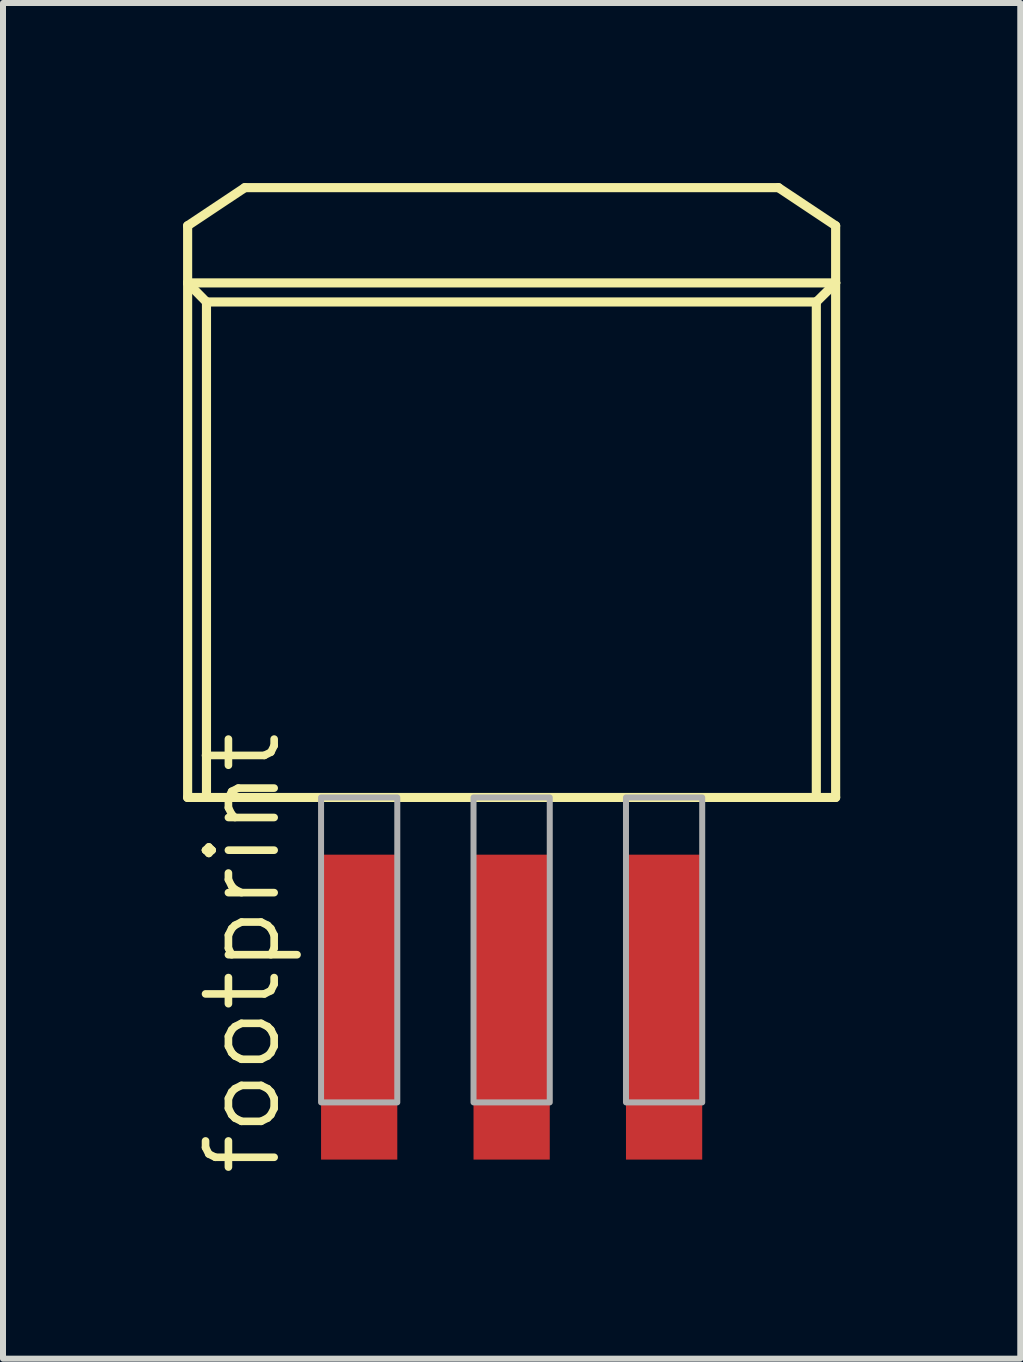
<source format=kicad_pcb>
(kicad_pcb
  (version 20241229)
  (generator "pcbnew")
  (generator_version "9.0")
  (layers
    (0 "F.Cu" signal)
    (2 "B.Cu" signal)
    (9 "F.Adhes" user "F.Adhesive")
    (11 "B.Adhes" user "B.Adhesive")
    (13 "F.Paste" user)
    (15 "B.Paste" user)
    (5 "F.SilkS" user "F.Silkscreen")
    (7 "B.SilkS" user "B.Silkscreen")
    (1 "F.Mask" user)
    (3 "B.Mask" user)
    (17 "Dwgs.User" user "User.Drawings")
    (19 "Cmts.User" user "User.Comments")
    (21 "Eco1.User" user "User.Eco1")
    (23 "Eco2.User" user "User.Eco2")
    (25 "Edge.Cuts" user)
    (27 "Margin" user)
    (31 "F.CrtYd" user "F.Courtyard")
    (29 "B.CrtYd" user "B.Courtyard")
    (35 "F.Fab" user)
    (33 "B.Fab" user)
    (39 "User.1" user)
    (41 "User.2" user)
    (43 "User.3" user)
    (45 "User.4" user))
  (footprint "footprint"
    (layer "F.Cu")
    (at 5.474 5.791)
    (property "Reference" "footprint" (at -3.81 10.795 90) (layer "F.SilkS") (effects (font (size 1.143 1.143) (thickness 0.127)) (justify left bottom)))
    (fp_line (start -5.398 -5.08) (end -4.445 -5.715) (stroke (width 0.152) (type solid)) (layer "F.SilkS"))
    (fp_line (start -5.398 -4.128) (end -5.398 -5.08) (stroke (width 0.152) (type solid)) (layer "F.SilkS"))
    (fp_line (start -5.398 -4.128) (end -5.398 4.445) (stroke (width 0.152) (type solid)) (layer "F.SilkS"))
    (fp_line (start -5.398 -4.128) (end -5.084 -3.81) (stroke (width 0.152) (type solid)) (layer "F.SilkS"))
    (fp_line (start -5.398 4.445) (end -5.084 4.445) (stroke (width 0.152) (type solid)) (layer "F.SilkS"))
    (fp_line (start -5.084 -3.81) (end 5.076 -3.81) (stroke (width 0.152) (type solid)) (layer "F.SilkS"))
    (fp_line (start -5.084 4.445) (end -5.084 -3.81) (stroke (width 0.152) (type solid)) (layer "F.SilkS"))
    (fp_line (start -5.084 4.445) (end 5.076 4.445) (stroke (width 0.152) (type solid)) (layer "F.SilkS"))
    (fp_line (start -4.445 -5.715) (end 4.445 -5.715) (stroke (width 0.152) (type solid)) (layer "F.SilkS"))
    (fp_line (start 4.445 -5.715) (end 5.398 -5.08) (stroke (width 0.152) (type solid)) (layer "F.SilkS"))
    (fp_line (start 5.076 -3.81) (end 5.076 4.445) (stroke (width 0.152) (type solid)) (layer "F.SilkS"))
    (fp_line (start 5.076 4.445) (end 5.398 4.445) (stroke (width 0.152) (type solid)) (layer "F.SilkS"))
    (fp_line (start 5.398 -5.08) (end 5.398 -4.128) (stroke (width 0.152) (type solid)) (layer "F.SilkS"))
    (fp_line (start 5.398 -4.128) (end -5.398 -4.128) (stroke (width 0.152) (type solid)) (layer "F.SilkS"))
    (fp_line (start 5.398 -4.128) (end 5.076 -3.81) (stroke (width 0.152) (type solid)) (layer "F.SilkS"))
    (fp_line (start 5.398 4.445) (end 5.398 -4.128) (stroke (width 0.152) (type solid)) (layer "F.SilkS"))
    (fp_poly (pts (xy -3.175 9.525) (xy -1.905 9.525) (xy -1.905 4.445) (xy -3.175 4.445)) (stroke (width 0.1) (type solid)) (fill no) (layer "F.Fab"))
    (fp_poly (pts (xy -0.635 9.525) (xy 0.635 9.525) (xy 0.635 4.445) (xy -0.635 4.445)) (stroke (width 0.1) (type solid)) (fill no) (layer "F.Fab"))
    (fp_poly (pts (xy 1.905 9.525) (xy 3.175 9.525) (xy 3.175 4.445) (xy 1.905 4.445)) (stroke (width 0.1) (type solid)) (fill no) (layer "F.Fab"))
    (pad "1" smd rect (at -2.54 7.938) (size 1.27 5.08) (layers "F.Cu" "F.Mask" "F.Paste"))
    (pad "2" smd rect (at 0 7.938) (size 1.27 5.08) (layers "F.Cu" "F.Mask" "F.Paste"))
    (pad "3" smd rect (at 2.54 7.938) (size 1.27 5.08) (layers "F.Cu" "F.Mask" "F.Paste")))
  (gr_rect
    (start -3 -3)
    (end 13.948 19.586)
    (stroke (width 0.1) (type default))
    (fill no)
    (layer "Edge.Cuts")))
</source>
